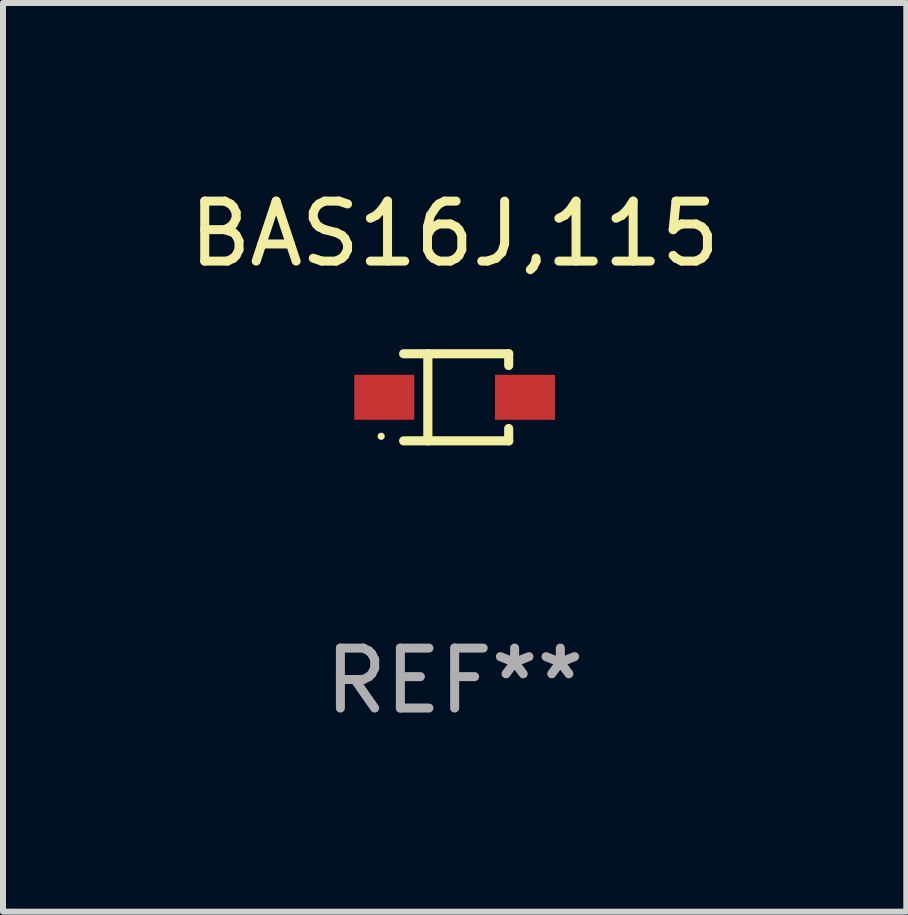
<source format=kicad_pcb>
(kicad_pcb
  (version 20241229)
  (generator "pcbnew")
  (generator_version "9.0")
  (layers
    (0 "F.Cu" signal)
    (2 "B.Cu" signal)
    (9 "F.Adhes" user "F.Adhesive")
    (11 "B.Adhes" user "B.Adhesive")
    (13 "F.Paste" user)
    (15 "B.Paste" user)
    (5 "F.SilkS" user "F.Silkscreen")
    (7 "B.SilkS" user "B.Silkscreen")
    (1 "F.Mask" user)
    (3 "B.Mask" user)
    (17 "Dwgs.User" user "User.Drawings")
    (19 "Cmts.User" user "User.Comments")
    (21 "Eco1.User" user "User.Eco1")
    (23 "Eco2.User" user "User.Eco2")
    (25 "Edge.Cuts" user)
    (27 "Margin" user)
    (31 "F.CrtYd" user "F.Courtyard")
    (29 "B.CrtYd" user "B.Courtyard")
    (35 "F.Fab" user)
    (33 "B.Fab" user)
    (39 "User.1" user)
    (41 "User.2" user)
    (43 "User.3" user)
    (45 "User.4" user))
  (footprint "BAS16J,115"
    (layer "F.Cu")
    (at 4.53 3.574)
    (property "Reference" "BAS16J,115" (at 0 -2.726 0) (layer "F.SilkS") (effects (font (size 1 1) (thickness 0.15))))
    (attr through_hole)
    (fp_line (start -0.851 -0.726) (end 0.901 -0.726) (stroke (width 0.152) (type solid)) (layer "F.SilkS"))
    (fp_line (start -0.851 0.726) (end 0.901 0.726) (stroke (width 0.152) (type solid)) (layer "F.SilkS"))
    (fp_line (start -0.447 -0.726) (end -0.447 0.726) (stroke (width 0.152) (type solid)) (layer "F.SilkS"))
    (fp_line (start 0.901 -0.726) (end 0.901 -0.53) (stroke (width 0.152) (type solid)) (layer "F.SilkS"))
    (fp_line (start 0.901 0.726) (end 0.901 0.52) (stroke (width 0.152) (type solid)) (layer "F.SilkS"))
    (fp_circle (center -1.225 0.65) (end -1.195 0.65) (stroke (width 0.06) (type solid)) (fill no) (layer "F.SilkS"))
    (fp_text user "REF**" (at 0 4.726 0) (layer "F.Fab") (effects (font (size 1 1) (thickness 0.15))))
    (pad "1" smd rect (at -1.173 0) (size 1 0.75) (layers "F.Cu" "F.Mask" "F.Paste"))
    (pad "2" smd rect (at 1.173 0) (size 1 0.75) (layers "F.Cu" "F.Mask" "F.Paste")))
  (gr_rect
    (start -3 -3)
    (end 12.06 12.149)
    (stroke (width 0.1) (type default))
    (fill no)
    (layer "Edge.Cuts")))
</source>
